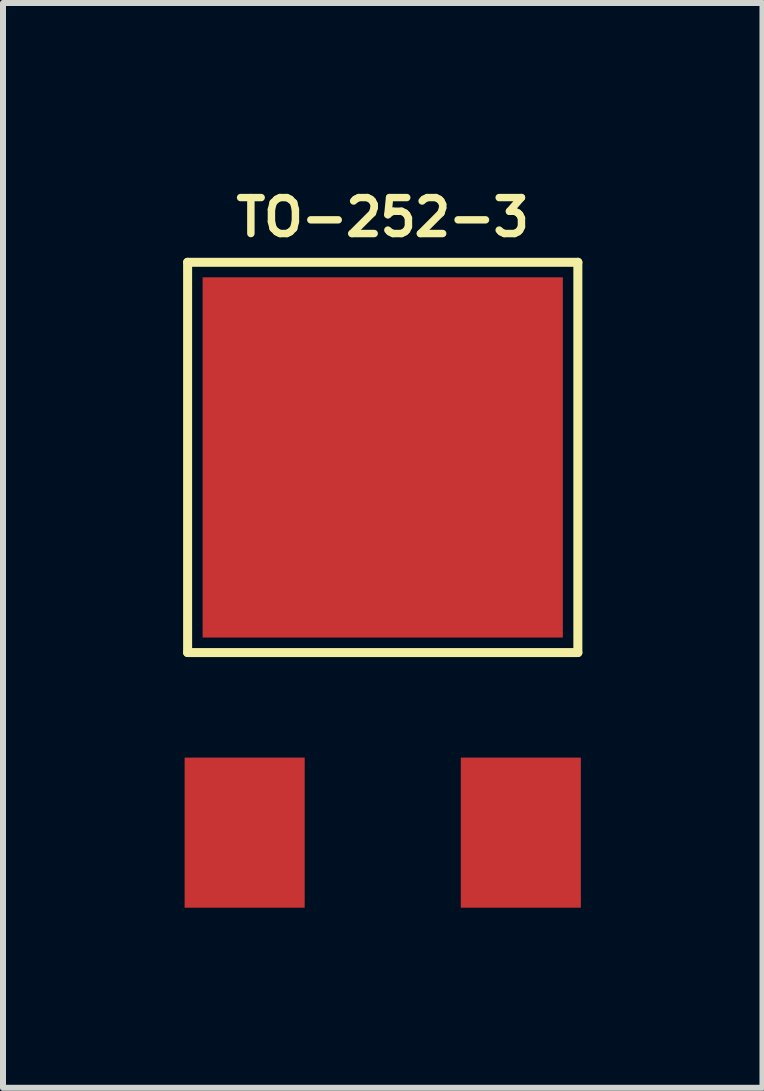
<source format=kicad_pcb>
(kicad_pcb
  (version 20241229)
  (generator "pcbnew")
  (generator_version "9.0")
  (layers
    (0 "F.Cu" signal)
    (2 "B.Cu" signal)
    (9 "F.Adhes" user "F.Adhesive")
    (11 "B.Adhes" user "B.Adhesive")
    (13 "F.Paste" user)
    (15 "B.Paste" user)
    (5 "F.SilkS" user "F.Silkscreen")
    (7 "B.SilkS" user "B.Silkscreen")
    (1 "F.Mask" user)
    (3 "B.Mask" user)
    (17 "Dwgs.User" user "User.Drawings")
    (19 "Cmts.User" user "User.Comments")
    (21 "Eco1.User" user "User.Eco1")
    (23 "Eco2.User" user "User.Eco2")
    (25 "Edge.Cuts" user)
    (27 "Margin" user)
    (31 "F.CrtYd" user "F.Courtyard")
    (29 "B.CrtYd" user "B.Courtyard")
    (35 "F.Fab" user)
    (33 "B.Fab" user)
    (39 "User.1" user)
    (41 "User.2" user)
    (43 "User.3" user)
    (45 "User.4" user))
  (footprint "TO-252-3"
    (layer "F.Cu")
    (at 3.325 4.569)
    (property "Reference" "TO-252-3" (at 0 -4 0) (layer "F.SilkS") (effects (font (size 0.599 0.599) (thickness 0.124))))
    (attr through_hole)
    (fp_line (start -3.25 -3.25) (end -3.25 3.25) (stroke (width 0.15) (type solid)) (layer "F.SilkS"))
    (fp_line (start -3.25 3.25) (end 3.25 3.25) (stroke (width 0.15) (type solid)) (layer "F.SilkS"))
    (fp_line (start 3.25 -3.25) (end -3.25 -3.25) (stroke (width 0.15) (type solid)) (layer "F.SilkS"))
    (fp_line (start 3.25 3.25) (end 3.25 -3.25) (stroke (width 0.15) (type solid)) (layer "F.SilkS"))
    (pad "GND" smd rect (at 0 0) (size 6 6) (layers "F.Cu" "F.Mask" "F.Paste"))
    (pad "VI" smd rect (at -2.3 6.25) (size 2 2.5) (layers "F.Cu" "F.Mask" "F.Paste"))
    (pad "VO" smd rect (at 2.3 6.25) (size 2 2.5) (layers "F.Cu" "F.Mask" "F.Paste")))
  (gr_rect
    (start -3 -3)
    (end 9.65 15.069)
    (stroke (width 0.1) (type default))
    (fill no)
    (layer "Edge.Cuts")))
</source>
